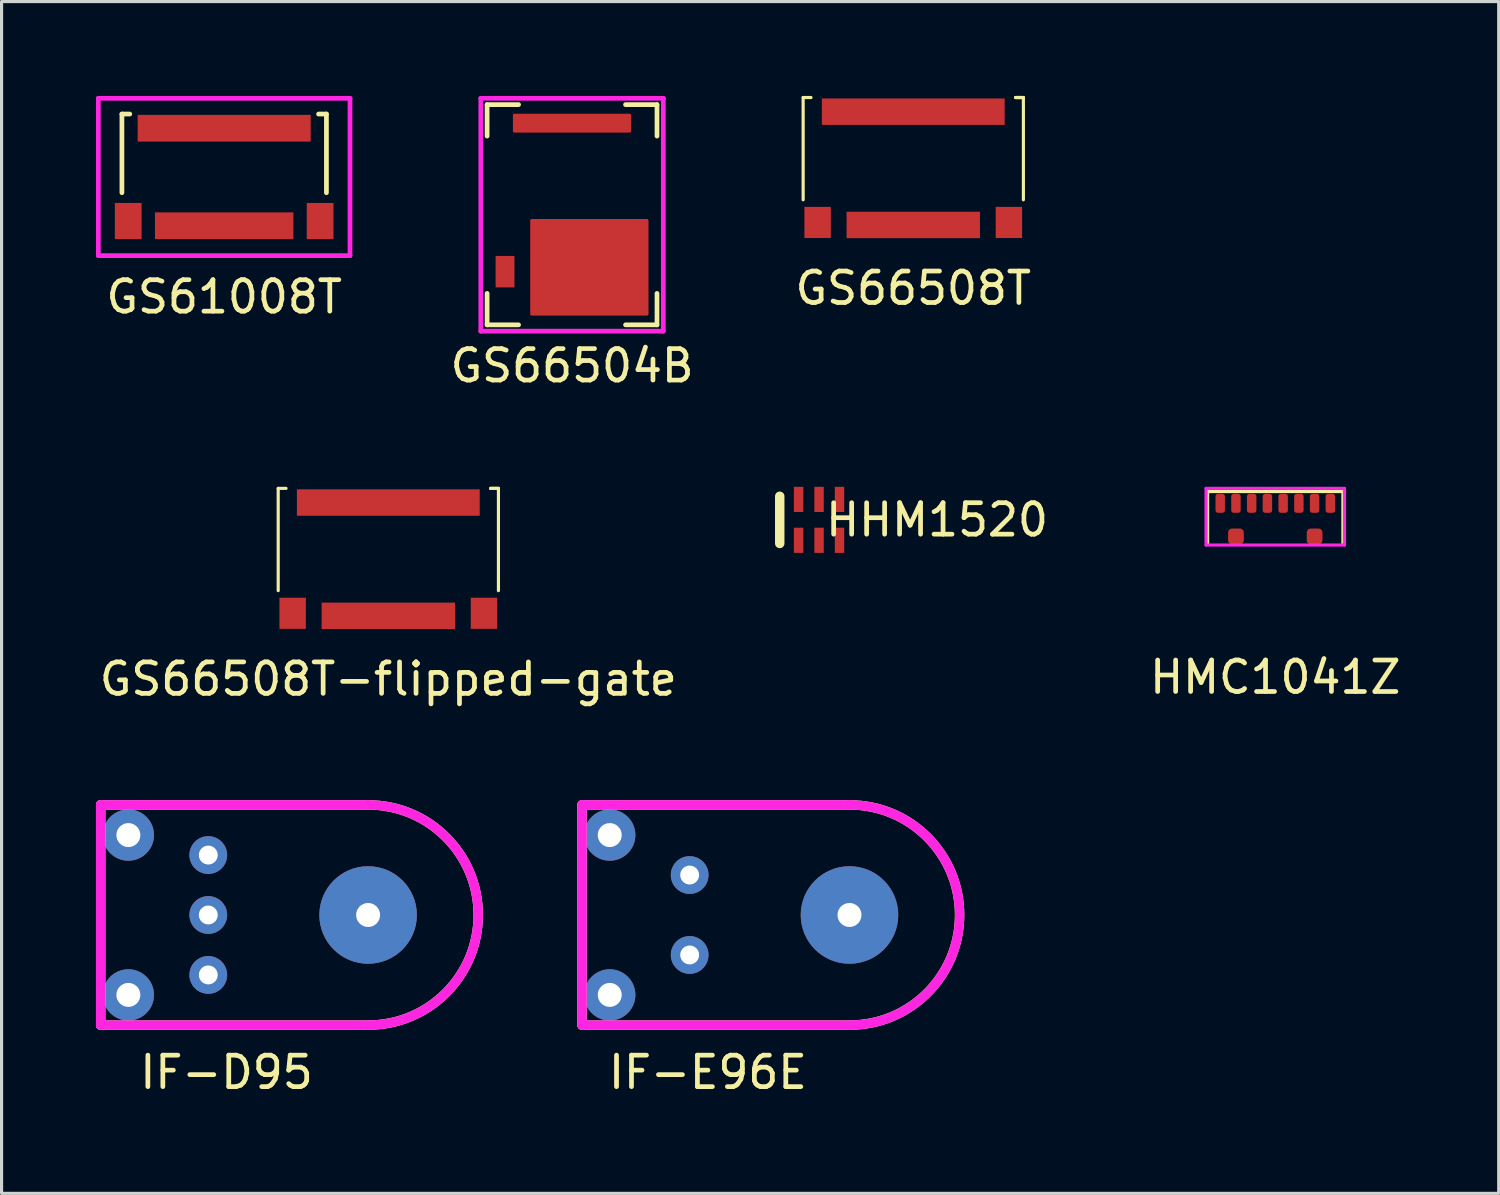
<source format=kicad_pcb>
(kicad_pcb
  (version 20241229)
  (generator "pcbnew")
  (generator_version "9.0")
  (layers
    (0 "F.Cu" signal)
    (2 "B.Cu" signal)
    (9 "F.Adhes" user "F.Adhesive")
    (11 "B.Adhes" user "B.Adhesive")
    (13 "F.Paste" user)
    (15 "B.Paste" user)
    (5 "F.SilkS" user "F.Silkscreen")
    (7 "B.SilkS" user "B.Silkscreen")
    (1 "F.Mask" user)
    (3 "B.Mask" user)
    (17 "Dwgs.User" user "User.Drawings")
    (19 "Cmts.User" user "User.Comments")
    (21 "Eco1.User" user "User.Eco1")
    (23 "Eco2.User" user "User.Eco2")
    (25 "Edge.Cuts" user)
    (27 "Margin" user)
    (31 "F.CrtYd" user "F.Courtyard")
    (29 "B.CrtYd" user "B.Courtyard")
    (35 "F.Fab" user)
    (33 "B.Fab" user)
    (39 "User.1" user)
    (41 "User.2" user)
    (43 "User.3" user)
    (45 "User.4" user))
  (footprint "HMC1041Z"
    (layer "F.Cu")
    (at 37.483 13.473)
    (property "Reference" "HMC1041Z" (at 0 5 0) (layer "F.SilkS") (effects (font (size 1 1) (thickness 0.15))))
    (attr through_hole)
    (fp_line (start -2.15 -0.9) (end -2.15 0.75) (stroke (width 0.1) (type solid)) (layer "F.SilkS"))
    (fp_line (start -2.15 -0.9) (end 2.15 -0.9) (stroke (width 0.1) (type solid)) (layer "F.SilkS"))
    (fp_line (start 2.15 -0.9) (end 2.15 0.75) (stroke (width 0.1) (type solid)) (layer "F.SilkS"))
    (fp_line (start -2.2 -1) (end 2.2 -1) (stroke (width 0.1) (type solid)) (layer "F.CrtYd"))
    (fp_line (start -2.2 0.8) (end -2.2 -1) (stroke (width 0.1) (type solid)) (layer "F.CrtYd"))
    (fp_line (start 2.2 -1) (end 2.2 0.8) (stroke (width 0.1) (type solid)) (layer "F.CrtYd"))
    (fp_line (start 2.2 0.8) (end -2.2 0.8) (stroke (width 0.1) (type solid)) (layer "F.CrtYd"))
    (pad "" smd roundrect (at -1.25 0.525) (size 0.5 0.5) (layers "F.Cu" "F.Mask") (roundrect_rratio 0.25))
    (pad "" smd roundrect (at 1.25 0.525) (size 0.5 0.5) (layers "F.Cu" "F.Mask") (roundrect_rratio 0.25))
    (pad "1" smd roundrect (at -1.75 -0.525) (size 0.3 0.6) (layers "F.Cu" "F.Mask" "F.Paste") (roundrect_rratio 0.25))
    (pad "2" smd roundrect (at -1.25 -0.525) (size 0.3 0.6) (layers "F.Cu" "F.Mask" "F.Paste") (roundrect_rratio 0.25))
    (pad "3" smd roundrect (at -0.75 -0.525) (size 0.3 0.6) (layers "F.Cu" "F.Mask" "F.Paste") (roundrect_rratio 0.25))
    (pad "4" smd roundrect (at -0.25 -0.525) (size 0.3 0.6) (layers "F.Cu" "F.Mask" "F.Paste") (roundrect_rratio 0.25))
    (pad "5" smd roundrect (at 0.25 -0.525) (size 0.3 0.6) (layers "F.Cu" "F.Mask" "F.Paste") (roundrect_rratio 0.25))
    (pad "6" smd roundrect (at 0.75 -0.525) (size 0.3 0.6) (layers "F.Cu" "F.Mask" "F.Paste") (roundrect_rratio 0.25))
    (pad "7" smd roundrect (at 1.25 -0.525) (size 0.3 0.6) (layers "F.Cu" "F.Mask" "F.Paste") (roundrect_rratio 0.25))
    (pad "8" smd roundrect (at 1.75 -0.525) (size 0.3 0.6) (layers "F.Cu" "F.Mask" "F.Paste") (roundrect_rratio 0.25)))
  (footprint "GS66508T-flipped-gate"
    (layer "F.Cu")
    (at 9.292 14.723)
    (property "Reference" "GS66508T-flipped-gate" (at 0 3.81 0) (layer "F.SilkS") (effects (font (size 1 1) (thickness 0.15))))
    (attr through_hole)
    (fp_line (start -3.5 -2.25) (end -3.5 1) (stroke (width 0.1) (type solid)) (layer "F.SilkS"))
    (fp_line (start -3.5 -2.25) (end -3.25 -2.25) (stroke (width 0.1) (type solid)) (layer "F.SilkS"))
    (fp_line (start 3.25 -2.25) (end 3.5 -2.25) (stroke (width 0.1) (type solid)) (layer "F.SilkS"))
    (fp_line (start 3.5 -2.25) (end 3.25 -2.25) (stroke (width 0.1) (type solid)) (layer "F.SilkS"))
    (fp_line (start 3.5 -2.25) (end 3.5 1) (stroke (width 0.1) (type solid)) (layer "F.SilkS"))
    (pad "1" smd rect (at 0 -1.8) (size 5.81 0.84) (layers "F.Cu" "F.Mask" "F.Paste"))
    (pad "2" smd rect (at 3.04 1.72) (size 0.84 0.99) (layers "F.Cu" "F.Mask" "F.Paste"))
    (pad "3" smd rect (at 0 1.8) (size 4.24 0.84) (layers "F.Cu" "F.Mask" "F.Paste"))
    (pad "4" smd rect (at -3.04 1.72) (size 0.84 0.99) (layers "F.Cu" "F.Mask" "F.Paste")))
  (footprint "GS66508T"
    (layer "F.Cu")
    (at 25.977 2.3)
    (property "Reference" "GS66508T" (at 0 3.81 0) (layer "F.SilkS") (effects (font (size 1 1) (thickness 0.15))))
    (attr through_hole)
    (fp_line (start -3.5 -2.25) (end -3.5 1) (stroke (width 0.1) (type solid)) (layer "F.SilkS"))
    (fp_line (start -3.5 -2.25) (end -3.25 -2.25) (stroke (width 0.1) (type solid)) (layer "F.SilkS"))
    (fp_line (start 3.25 -2.25) (end 3.5 -2.25) (stroke (width 0.1) (type solid)) (layer "F.SilkS"))
    (fp_line (start 3.5 -2.25) (end 3.25 -2.25) (stroke (width 0.1) (type solid)) (layer "F.SilkS"))
    (fp_line (start 3.5 -2.25) (end 3.5 1) (stroke (width 0.1) (type solid)) (layer "F.SilkS"))
    (pad "1" smd rect (at 0 -1.8) (size 5.81 0.84) (layers "F.Cu" "F.Mask" "F.Paste"))
    (pad "2" smd rect (at -3.04 1.72) (size 0.84 0.99) (layers "F.Cu" "F.Mask" "F.Paste"))
    (pad "3" smd rect (at 0 1.8) (size 4.24 0.84) (layers "F.Cu" "F.Mask" "F.Paste"))
    (pad "4" smd rect (at 3.04 1.72) (size 0.84 0.99) (layers "F.Cu" "F.Mask" "F.Paste")))
  (footprint "GS66504B"
    (layer "F.Cu")
    (at 15.132 3.775)
    (property "Reference" "GS66504B" (at 0 4.8 0) (layer "F.SilkS") (effects (font (size 1 1) (thickness 0.15))))
    (attr through_hole)
    (fp_line (start -2.7 -3.5) (end -2.7 -2.5) (stroke (width 0.15) (type solid)) (layer "F.SilkS"))
    (fp_line (start -2.7 -3.5) (end -1.7 -3.5) (stroke (width 0.15) (type solid)) (layer "F.SilkS"))
    (fp_line (start -2.7 2.5) (end -2.7 3.5) (stroke (width 0.15) (type solid)) (layer "F.SilkS"))
    (fp_line (start -2.7 3.5) (end -1.7 3.5) (stroke (width 0.15) (type solid)) (layer "F.SilkS"))
    (fp_line (start 2.7 -3.5) (end 1.7 -3.5) (stroke (width 0.15) (type solid)) (layer "F.SilkS"))
    (fp_line (start 2.7 -3.5) (end 2.7 -2.5) (stroke (width 0.15) (type solid)) (layer "F.SilkS"))
    (fp_line (start 2.7 3.5) (end 1.7 3.5) (stroke (width 0.15) (type solid)) (layer "F.SilkS"))
    (fp_line (start 2.7 3.5) (end 2.7 2.5) (stroke (width 0.15) (type solid)) (layer "F.SilkS"))
    (fp_line (start -2.9 -3.7) (end 2.9 -3.7) (stroke (width 0.15) (type solid)) (layer "F.CrtYd"))
    (fp_line (start -2.9 3.7) (end -2.9 -3.7) (stroke (width 0.15) (type solid)) (layer "F.CrtYd"))
    (fp_line (start 2.9 -3.7) (end 2.9 3.7) (stroke (width 0.15) (type solid)) (layer "F.CrtYd"))
    (fp_line (start 2.9 3.7) (end -2.9 3.7) (stroke (width 0.15) (type solid)) (layer "F.CrtYd"))
    (pad "1" smd roundrect (at 0 -2.91) (size 3.76 0.6) (layers "F.Cu" "F.Mask" "F.Paste") (roundrect_rratio 0.08))
    (pad "2" smd roundrect (at -2.13 1.81) (size 0.6 1) (layers "F.Cu" "F.Mask" "F.Paste") (roundrect_rratio 0.016))
    (pad "3" smd roundrect (at 0.55 1.67) (size 3.76 3.07) (layers "F.Cu" "F.Mask" "F.Paste") (roundrect_rratio 0.016)))
  (footprint "GS61008T"
    (layer "F.Cu")
    (at 4.075 2.575)
    (property "Reference" "GS61008T" (at 0 3.81 0) (layer "F.SilkS") (effects (font (size 1 1) (thickness 0.15))))
    (attr through_hole)
    (fp_line (start -3.25 -2) (end -3.25 0.5) (stroke (width 0.15) (type solid)) (layer "F.SilkS"))
    (fp_line (start -3.25 -2) (end -3 -2) (stroke (width 0.15) (type solid)) (layer "F.SilkS"))
    (fp_line (start 3 -2) (end 3.25 -2) (stroke (width 0.15) (type solid)) (layer "F.SilkS"))
    (fp_line (start 3.25 -2) (end 3.25 0.5) (stroke (width 0.15) (type solid)) (layer "F.SilkS"))
    (fp_line (start -4 -2.5) (end -4 2.5) (stroke (width 0.15) (type solid)) (layer "F.CrtYd"))
    (fp_line (start -4 2.5) (end 4 2.5) (stroke (width 0.15) (type solid)) (layer "F.CrtYd"))
    (fp_line (start 4 -2.5) (end -4 -2.5) (stroke (width 0.15) (type solid)) (layer "F.CrtYd"))
    (fp_line (start 4 2.5) (end 4 -2.5) (stroke (width 0.15) (type solid)) (layer "F.CrtYd"))
    (pad "1" smd rect (at 0 -1.55) (size 5.5 0.85) (layers "F.Cu" "F.Mask" "F.Paste"))
    (pad "2" smd rect (at -3.05 1.4) (size 0.85 1.15) (layers "F.Cu" "F.Mask" "F.Paste"))
    (pad "3" smd rect (at 0 1.55) (size 4.4 0.85) (layers "F.Cu" "F.Mask" "F.Paste"))
    (pad "4" smd rect (at 3.05 1.4) (size 0.85 1.15) (layers "F.Cu" "F.Mask" "F.Paste")))
  (footprint "IF-D95"
    (layer "F.Cu")
    (at 3.57 26.032)
    (property "Reference" "IF-D95" (at 0.58 5 0) (layer "F.SilkS") (effects (font (size 1 1) (thickness 0.15))))
    (attr through_hole)
    (fp_line (start -3.42 -3.5) (end -3.42 3.5) (stroke (width 0.3) (type solid)) (layer "F.SilkS"))
    (fp_line (start -3.42 3.5) (end 5.08 3.5) (stroke (width 0.3) (type solid)) (layer "F.SilkS"))
    (fp_line (start 5.08 -3.5) (end -3.42 -3.5) (stroke (width 0.3) (type solid)) (layer "F.SilkS"))
    (fp_arc (start 5.08 -3.5) (mid 8.58 0) (end 5.08 3.5) (stroke (width 0.3) (type solid)) (layer "F.SilkS"))
    (fp_line (start -3.42 -3.5) (end -3.42 3.5) (stroke (width 0.3) (type solid)) (layer "F.CrtYd"))
    (fp_line (start -3.42 3.5) (end 5.08 3.5) (stroke (width 0.3) (type solid)) (layer "F.CrtYd"))
    (fp_line (start 5.08 -3.5) (end -3.42 -3.5) (stroke (width 0.3) (type solid)) (layer "F.CrtYd"))
    (fp_arc (start 5.08 -3.5) (mid 8.58 0) (end 5.08 3.5) (stroke (width 0.3) (type solid)) (layer "F.CrtYd"))
    (pad "" np_thru_hole circle (at -2.54 -2.54) (size 1.63 1.63) (drill 0.762) (layers "*.Cu" "*.Mask"))
    (pad "" np_thru_hole circle (at -2.54 2.54) (size 1.63 1.63) (drill 0.762) (layers "*.Cu" "*.Mask"))
    (pad "" np_thru_hole circle (at 5.08 0) (size 3.1 3.1) (drill 0.762) (layers "*.Cu" "*.Mask"))
    (pad "1" thru_hole circle (at 0 1.905) (size 1.2 1.2) (drill 0.6) (layers "*.Cu" "*.Mask"))
    (pad "2" thru_hole circle (at 0 0) (size 1.2 1.2) (drill 0.6) (layers "*.Cu" "*.Mask"))
    (pad "3" thru_hole circle (at 0 -1.905) (size 1.2 1.2) (drill 0.6) (layers "*.Cu" "*.Mask")))
  (footprint "HHM1520"
    (layer "F.Cu")
    (at 22.983 13.473)
    (property "Reference" "HHM1520" (at 3.75 0 0) (layer "F.SilkS") (effects (font (size 1 1) (thickness 0.15))))
    (attr through_hole)
    (fp_line (start -1.25 -0.75) (end -1.25 0.75) (stroke (width 0.3) (type solid)) (layer "F.SilkS"))
    (pad "1" smd rect (at -0.65 0.65) (size 0.3 0.8) (layers "F.Cu" "F.Mask" "F.Paste"))
    (pad "2" smd rect (at 0 0.65) (size 0.3 0.8) (layers "F.Cu" "F.Mask" "F.Paste"))
    (pad "3" smd rect (at 0.65 0.65) (size 0.3 0.8) (layers "F.Cu" "F.Mask" "F.Paste"))
    (pad "4" smd rect (at 0.65 -0.65) (size 0.3 0.8) (layers "F.Cu" "F.Mask" "F.Paste"))
    (pad "5" smd rect (at 0 -0.65) (size 0.3 0.8) (layers "F.Cu" "F.Mask" "F.Paste"))
    (pad "6" smd rect (at -0.65 -0.65) (size 0.3 0.8) (layers "F.Cu" "F.Mask" "F.Paste")))
  (footprint "IF-E96E"
    (layer "F.Cu")
    (at 18.87 26.032)
    (property "Reference" "IF-E96E" (at 0.58 5 0) (layer "F.SilkS") (effects (font (size 1 1) (thickness 0.15))))
    (attr through_hole)
    (fp_line (start -3.42 -3.5) (end -3.42 3.5) (stroke (width 0.3) (type solid)) (layer "F.SilkS"))
    (fp_line (start -3.42 3.5) (end 5.08 3.5) (stroke (width 0.3) (type solid)) (layer "F.SilkS"))
    (fp_line (start 5.08 -3.5) (end -3.42 -3.5) (stroke (width 0.3) (type solid)) (layer "F.SilkS"))
    (fp_arc (start 5.08 -3.5) (mid 8.58 0) (end 5.08 3.5) (stroke (width 0.3) (type solid)) (layer "F.SilkS"))
    (fp_line (start -3.42 -3.5) (end -3.42 3.5) (stroke (width 0.3) (type solid)) (layer "F.CrtYd"))
    (fp_line (start -3.42 3.5) (end 5.08 3.5) (stroke (width 0.3) (type solid)) (layer "F.CrtYd"))
    (fp_line (start 5.08 -3.5) (end -3.42 -3.5) (stroke (width 0.3) (type solid)) (layer "F.CrtYd"))
    (fp_arc (start 5.08 -3.5) (mid 8.58 0) (end 5.08 3.5) (stroke (width 0.3) (type solid)) (layer "F.CrtYd"))
    (pad "" np_thru_hole circle (at -2.54 -2.54) (size 1.63 1.63) (drill 0.762) (layers "*.Cu" "*.Mask"))
    (pad "" np_thru_hole circle (at -2.54 2.54) (size 1.63 1.63) (drill 0.762) (layers "*.Cu" "*.Mask"))
    (pad "" np_thru_hole circle (at 5.08 0) (size 3.1 3.1) (drill 0.762) (layers "*.Cu" "*.Mask"))
    (pad "1" thru_hole circle (at 0 1.27) (size 1.2 1.2) (drill 0.6) (layers "*.Cu" "*.Mask"))
    (pad "2" thru_hole circle (at 0 -1.27) (size 1.2 1.2) (drill 0.6) (layers "*.Cu" "*.Mask")))
  (gr_rect
    (start -3 -3)
    (end 44.585 34.88)
    (stroke (width 0.1) (type default))
    (fill no)
    (layer "Edge.Cuts")))
</source>
